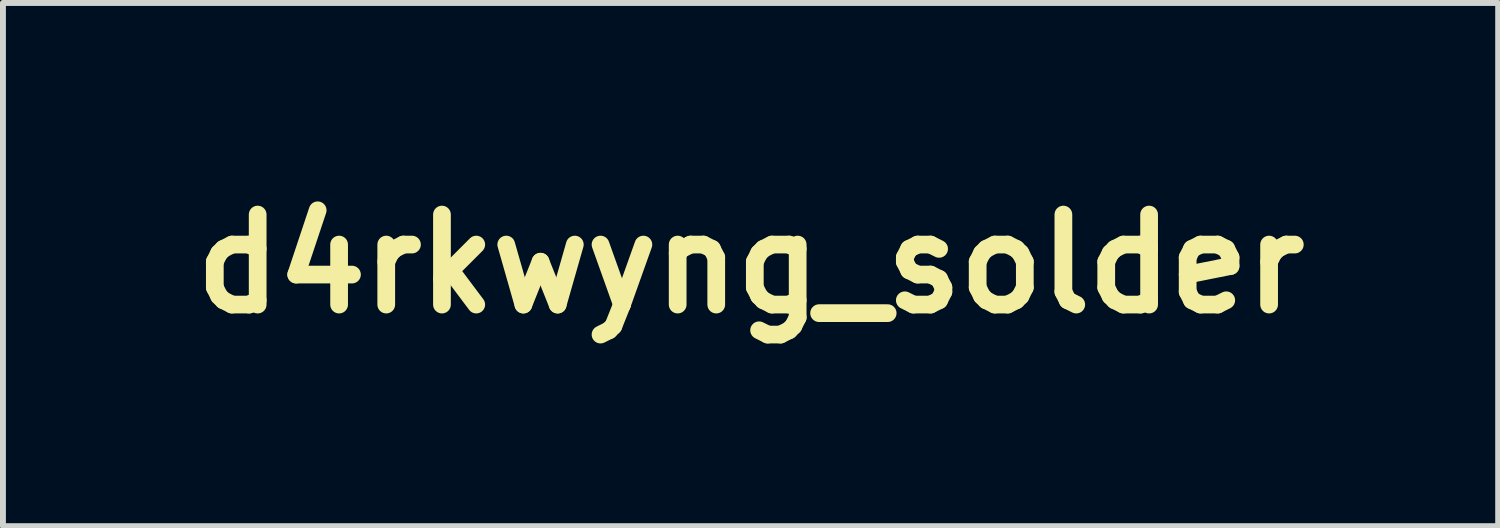
<source format=kicad_pcb>
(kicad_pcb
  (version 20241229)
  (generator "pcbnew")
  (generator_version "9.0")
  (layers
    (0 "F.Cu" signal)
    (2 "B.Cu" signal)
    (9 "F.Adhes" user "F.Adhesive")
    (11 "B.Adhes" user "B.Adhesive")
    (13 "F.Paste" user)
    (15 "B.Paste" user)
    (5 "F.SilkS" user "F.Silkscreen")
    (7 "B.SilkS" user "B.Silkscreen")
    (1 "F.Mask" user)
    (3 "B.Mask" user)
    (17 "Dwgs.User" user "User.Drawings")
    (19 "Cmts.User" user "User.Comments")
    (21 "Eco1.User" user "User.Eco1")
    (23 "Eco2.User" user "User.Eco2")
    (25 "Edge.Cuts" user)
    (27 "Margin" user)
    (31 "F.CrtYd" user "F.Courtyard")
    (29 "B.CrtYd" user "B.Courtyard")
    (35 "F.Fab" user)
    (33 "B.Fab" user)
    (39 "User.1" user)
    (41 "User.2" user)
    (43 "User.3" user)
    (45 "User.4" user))
  (footprint "d4rkwyng_solder"
    (layer "F.Cu")
    (at 9.659 1.418)
    (property "Reference" "d4rkwyng_solder" (at 0 0 0) (layer "F.SilkS") (effects (font (size 1.524 1.524) (thickness 0.3))))
    (attr through_hole)
    (fp_poly (pts (xy 0.156 1.082) (xy 0.283 1.094) (xy 0.284 1.094) (xy 0.345 1.104) (xy 0.414 1.117) (xy 0.487 1.133) (xy 0.557 1.151) (xy 0.62 1.168) (xy 0.669 1.184) (xy 0.7 1.197) (xy 0.702 1.209) (xy 0.687 1.229) (xy 0.658 1.255) (xy 0.619 1.284) (xy 0.574 1.312) (xy 0.538 1.33) (xy 0.413 1.379) (xy 0.269 1.413) (xy 0.11 1.432) (xy -0.064 1.437) (xy -0.212 1.429) (xy -0.245 1.424) (xy -0.269 1.417) (xy -0.272 1.414) (xy -0.291 1.407) (xy -0.322 1.403) (xy -0.326 1.403) (xy -0.384 1.397) (xy -0.451 1.38) (xy -0.517 1.356) (xy -0.54 1.345) (xy -0.576 1.323) (xy -0.616 1.295) (xy -0.655 1.263) (xy -0.687 1.234) (xy -0.707 1.21) (xy -0.711 1.203) (xy -0.707 1.188) (xy -0.687 1.174) (xy -0.649 1.159) (xy -0.592 1.144) (xy -0.514 1.127) (xy -0.414 1.108) (xy -0.363 1.099) (xy -0.248 1.085) (xy -0.118 1.077) (xy 0.019 1.076) (xy 0.156 1.082)) (stroke (width 0.01) (type solid)) (fill yes) (layer "F.Mask"))
    (fp_poly (pts (xy 0.006 0.298) (xy 0.069 0.342) (xy 0.127 0.376) (xy 0.185 0.401) (xy 0.249 0.417) (xy 0.323 0.428) (xy 0.413 0.433) (xy 0.484 0.435) (xy 0.531 0.438) (xy 0.557 0.447) (xy 0.564 0.466) (xy 0.554 0.498) (xy 0.547 0.514) (xy 0.524 0.579) (xy 0.524 0.637) (xy 0.541 0.687) (xy 0.552 0.704) (xy 0.567 0.719) (xy 0.59 0.734) (xy 0.626 0.753) (xy 0.677 0.776) (xy 0.743 0.805) (xy 0.806 0.833) (xy 0.864 0.86) (xy 0.911 0.884) (xy 0.942 0.902) (xy 0.952 0.91) (xy 0.978 0.945) (xy 0.996 0.992) (xy 1.004 1.041) (xy 1.002 1.086) (xy 0.988 1.12) (xy 0.983 1.126) (xy 0.958 1.136) (xy 0.92 1.141) (xy 0.88 1.139) (xy 0.853 1.132) (xy 0.82 1.118) (xy 0.778 1.099) (xy 0.76 1.091) (xy 0.703 1.068) (xy 0.628 1.043) (xy 0.543 1.019) (xy 0.455 0.998) (xy 0.39 0.984) (xy 0.318 0.974) (xy 0.228 0.966) (xy 0.127 0.961) (xy 0.02 0.958) (xy -0.087 0.957) (xy -0.188 0.959) (xy -0.277 0.964) (xy -0.348 0.972) (xy -0.352 0.973) (xy -0.474 0.994) (xy -0.574 1.014) (xy -0.656 1.035) (xy -0.721 1.056) (xy -0.773 1.079) (xy -0.78 1.083) (xy -0.826 1.106) (xy -0.872 1.123) (xy -0.902 1.132) (xy -0.936 1.135) (xy -0.957 1.128) (xy -0.977 1.107) (xy -0.979 1.105) (xy -0.998 1.062) (xy -0.999 1.011) (xy -0.981 0.96) (xy -0.975 0.949) (xy -0.947 0.92) (xy -0.903 0.887) (xy -0.847 0.854) (xy -0.787 0.825) (xy -0.386 0.825) (xy -0.376 0.841) (xy -0.352 0.851) (xy -0.311 0.857) (xy -0.25 0.86) (xy -0.225 0.86) (xy -0.155 0.862) (xy -0.08 0.864) (xy -0.011 0.868) (xy 0.018 0.87) (xy 0.085 0.876) (xy 0.131 0.878) (xy 0.162 0.876) (xy 0.182 0.871) (xy 0.193 0.862) (xy 0.198 0.856) (xy 0.205 0.841) (xy 0.202 0.829) (xy 0.187 0.819) (xy 0.158 0.811) (xy 0.113 0.804) (xy 0.048 0.797) (xy -0.039 0.79) (xy -0.045 0.79) (xy -0.146 0.783) (xy -0.225 0.779) (xy -0.285 0.777) (xy -0.328 0.778) (xy -0.357 0.781) (xy -0.375 0.788) (xy -0.383 0.797) (xy -0.385 0.802) (xy -0.386 0.825) (xy -0.787 0.825) (xy -0.786 0.824) (xy -0.756 0.812) (xy -0.704 0.79) (xy -0.645 0.765) (xy -0.608 0.748) (xy -0.565 0.725) (xy -0.54 0.705) (xy -0.525 0.683) (xy -0.523 0.678) (xy -0.399 0.678) (xy -0.388 0.684) (xy -0.358 0.687) (xy -0.314 0.69) (xy -0.261 0.69) (xy -0.204 0.689) (xy -0.149 0.687) (xy -0.1 0.684) (xy -0.063 0.679) (xy -0.043 0.673) (xy -0.043 0.673) (xy -0.028 0.653) (xy -0.027 0.639) (xy -0.036 0.63) (xy -0.057 0.623) (xy -0.095 0.618) (xy -0.152 0.614) (xy -0.178 0.612) (xy -0.259 0.609) (xy -0.318 0.611) (xy -0.359 0.619) (xy -0.385 0.635) (xy -0.397 0.657) (xy -0.399 0.678) (xy -0.523 0.678) (xy -0.52 0.67) (xy -0.511 0.607) (xy -0.525 0.545) (xy -0.56 0.488) (xy -0.564 0.483) (xy -0.589 0.452) (xy -0.595 0.433) (xy -0.592 0.429) (xy -0.576 0.426) (xy -0.54 0.422) (xy -0.489 0.419) (xy -0.429 0.416) (xy -0.407 0.416) (xy -0.322 0.411) (xy -0.247 0.404) (xy -0.185 0.395) (xy -0.14 0.383) (xy -0.114 0.371) (xy -0.109 0.362) (xy -0.101 0.355) (xy -0.097 0.357) (xy -0.086 0.355) (xy -0.085 0.351) (xy -0.077 0.343) (xy -0.071 0.346) (xy -0.062 0.347) (xy -0.065 0.342) (xy -0.062 0.327) (xy -0.044 0.311) (xy -0.021 0.299) (xy 0.00035 0.295) (xy 0.006 0.298)) (stroke (width 0.01) (type solid)) (fill yes) (layer "F.Mask")))
  (gr_rect
    (start -3 -3)
    (end 22.319 5.86)
    (stroke (width 0.1) (type default))
    (fill no)
    (layer "Edge.Cuts")))
</source>
